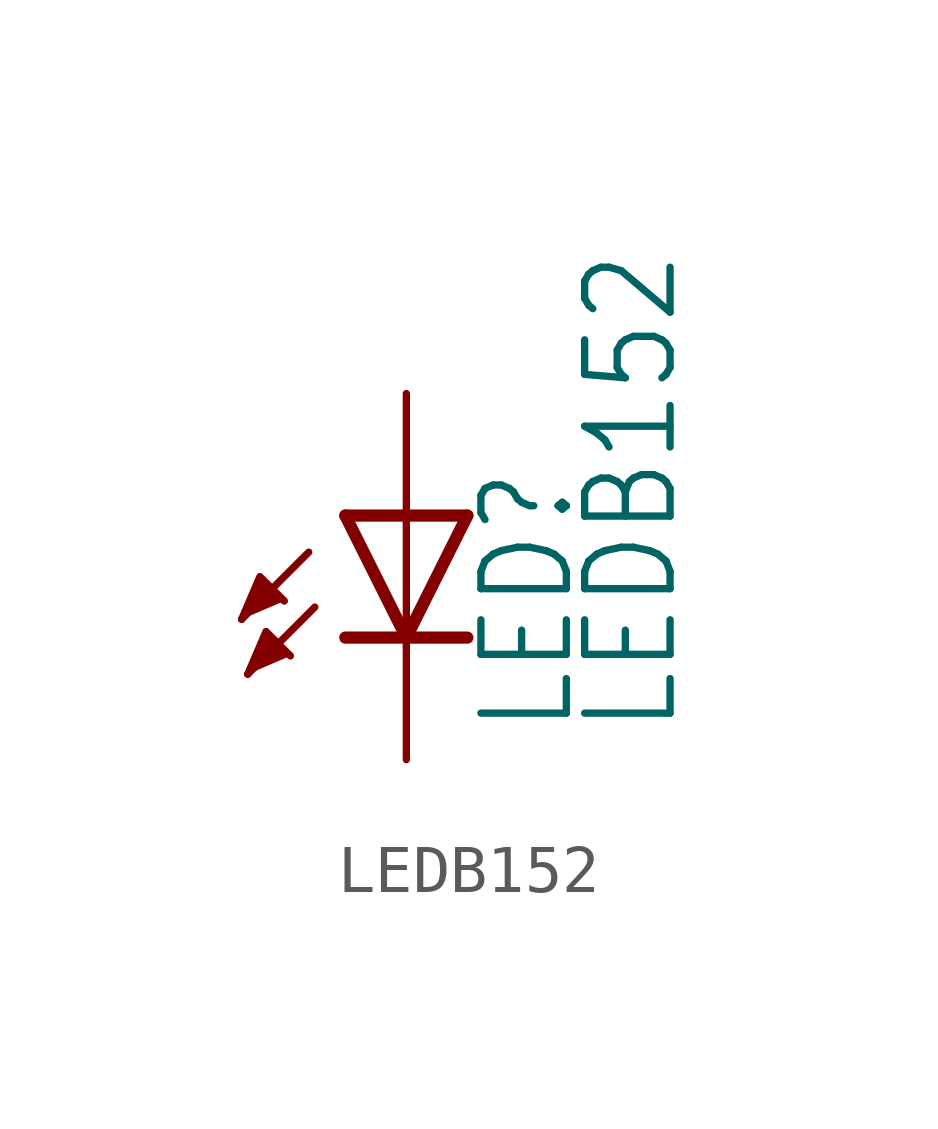
<source format=kicad_sym>
(kicad_symbol_lib
  (version 20201005)
  (generator kicad_symbol_editor)
  (symbol "LEDB152"
    (property "Reference" "LED"
      (at 3.556 -4.572 90)
      (effects (font (size 1.778 1.511)) (justify left bottom)))
    (property "Value" "LEDB152"
      (at 5.715 -4.572 90)
      (effects (font (size 1.778 1.511)) (justify left bottom)))
    (property "ki_locked" ""
      (at 0 0 0)
      (effects (font (size 1.27 1.27))))
    (symbol "LEDB152_1_0"
      (polyline (pts (xy 1.27 0) (xy 0 -2.54)) (stroke (width 0.254)) (fill (type none)))
      (polyline (pts (xy 0 -2.54) (xy -1.27 0)) (stroke (width 0.254)) (fill (type none)))
      (polyline (pts (xy 1.27 -2.54) (xy 0 -2.54)) (stroke (width 0.254)) (fill (type none)))
      (polyline (pts (xy 0 -2.54) (xy -1.27 -2.54)) (stroke (width 0.254)) (fill (type none)))
      (polyline (pts (xy 1.27 0) (xy 0 0)) (stroke (width 0.254)) (fill (type none)))
      (polyline (pts (xy 0 0) (xy -1.27 0)) (stroke (width 0.254)) (fill (type none)))
      (polyline (pts (xy 0 0) (xy 0 -2.54)) (stroke (width 0.152)) (fill (type none)))
      (polyline (pts (xy -2.032 -0.762) (xy -3.429 -2.159)) (stroke (width 0.152)) (fill (type none)))
      (polyline (pts (xy -1.905 -1.905) (xy -3.302 -3.302)) (stroke (width 0.152)) (fill (type none)))
      (polyline (pts (xy -3.429 -2.159) (xy -3.048 -1.27) (xy -2.54 -1.778)) (stroke (width 0)) (fill (type outline)))
      (polyline (pts (xy -3.302 -3.302) (xy -2.921 -2.413) (xy -2.413 -2.921)) (stroke (width 0)) (fill (type outline)))
      (pin passive line (at 0 -5.08 90) (length 2.54) (name "C" (effects (font (size 0 0)))) (number "K" (effects (font (size 0 0)))))
      (pin passive line (at 0 2.54 270) (length 2.54) (name "A" (effects (font (size 0 0)))) (number "A" (effects (font (size 0 0))))))))
</source>
